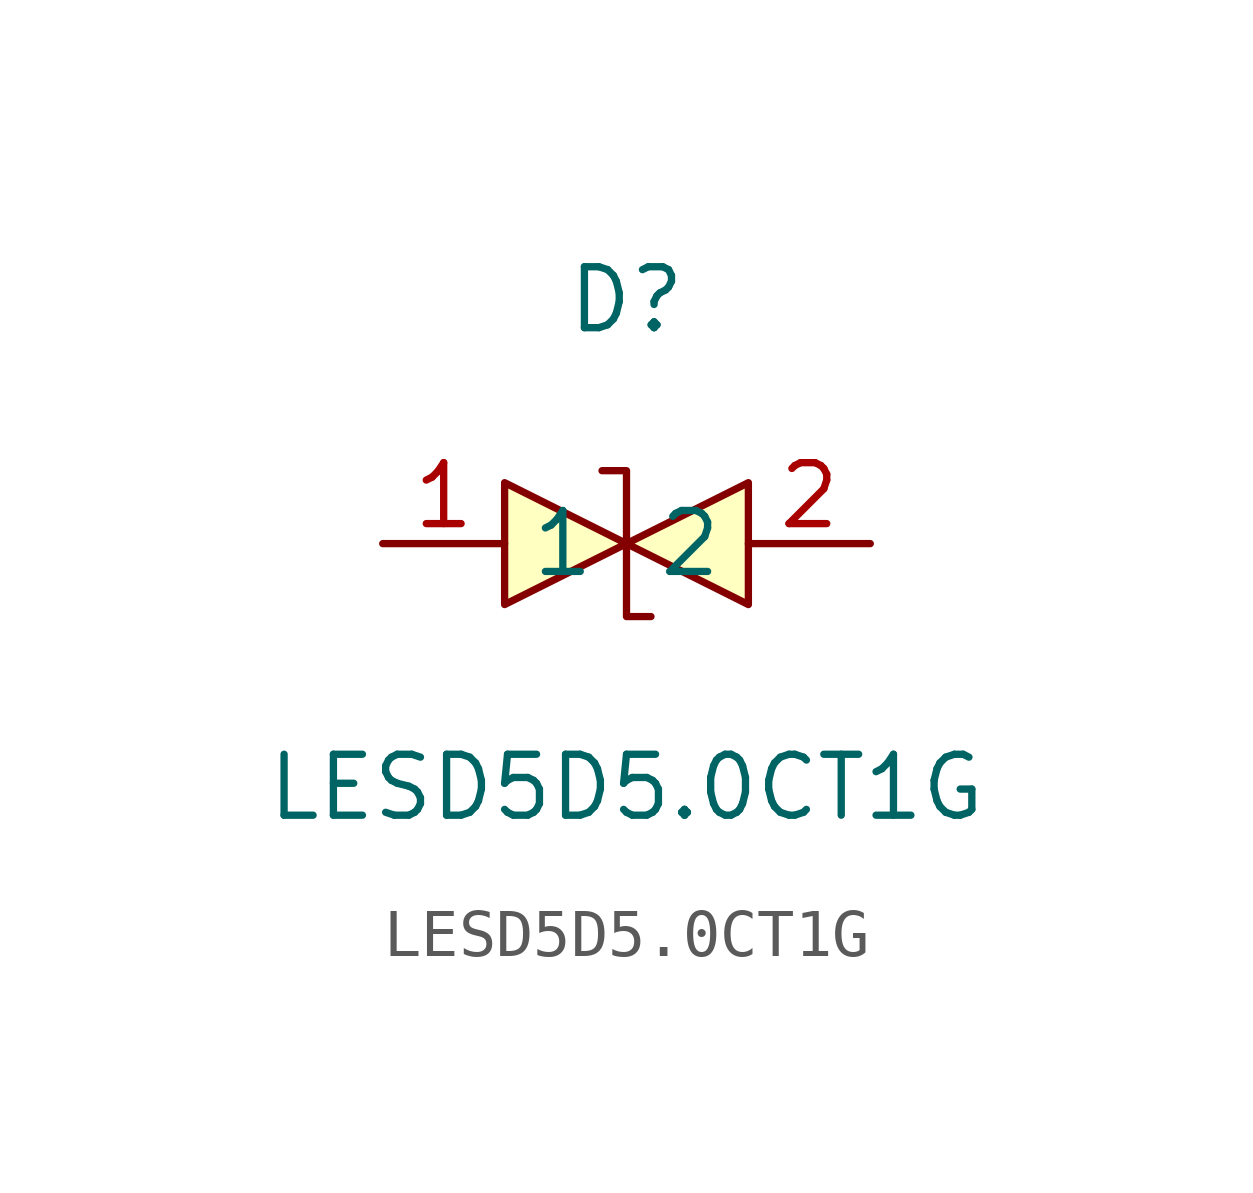
<source format=kicad_sym>
(kicad_symbol_lib
  (version 20211014)
  (generator https://github.com/uPesy/easyeda2kicad.py)
  (symbol "LESD5D5.0CT1G"
    (property "Reference" "D"
      (at 0 5.08 0)
      (effects (font (size 1.27 1.27))))
    (property "Value" "LESD5D5.0CT1G"
      (at 0 -5.08 0)
      (effects (font (size 1.27 1.27))))
    (symbol "LESD5D5.0CT1G_0_1"
      (polyline (pts (xy -0.51 1.52) (xy -0.51 1.52) (xy 0.00 1.52) (xy 0.00 -1.52) (xy 0.51 -1.52) (xy 0.51 -1.52)) (stroke (width 0) (type default) (color 0 0 0 0)) (fill (type none)))
      (polyline (pts (xy -2.54 1.27) (xy 0.00 -0.00) (xy -2.54 -1.27) (xy -2.54 1.27)) (stroke (width 0) (type default) (color 0 0 0 0)) (fill (type background)))
      (polyline (pts (xy 2.54 1.27) (xy 0.00 -0.00) (xy 2.54 -1.27) (xy 2.54 1.27)) (stroke (width 0) (type default) (color 0 0 0 0)) (fill (type background)))
      (pin unspecified line (at 5.08 -0.00 180) (length 2.54) (name "2" (effects (font (size 1.27 1.27)))) (number "2" (effects (font (size 1.27 1.27)))))
      (pin unspecified line (at -5.08 -0.00 0) (length 2.54) (name "1" (effects (font (size 1.27 1.27)))) (number "1" (effects (font (size 1.27 1.27))))))))
</source>
